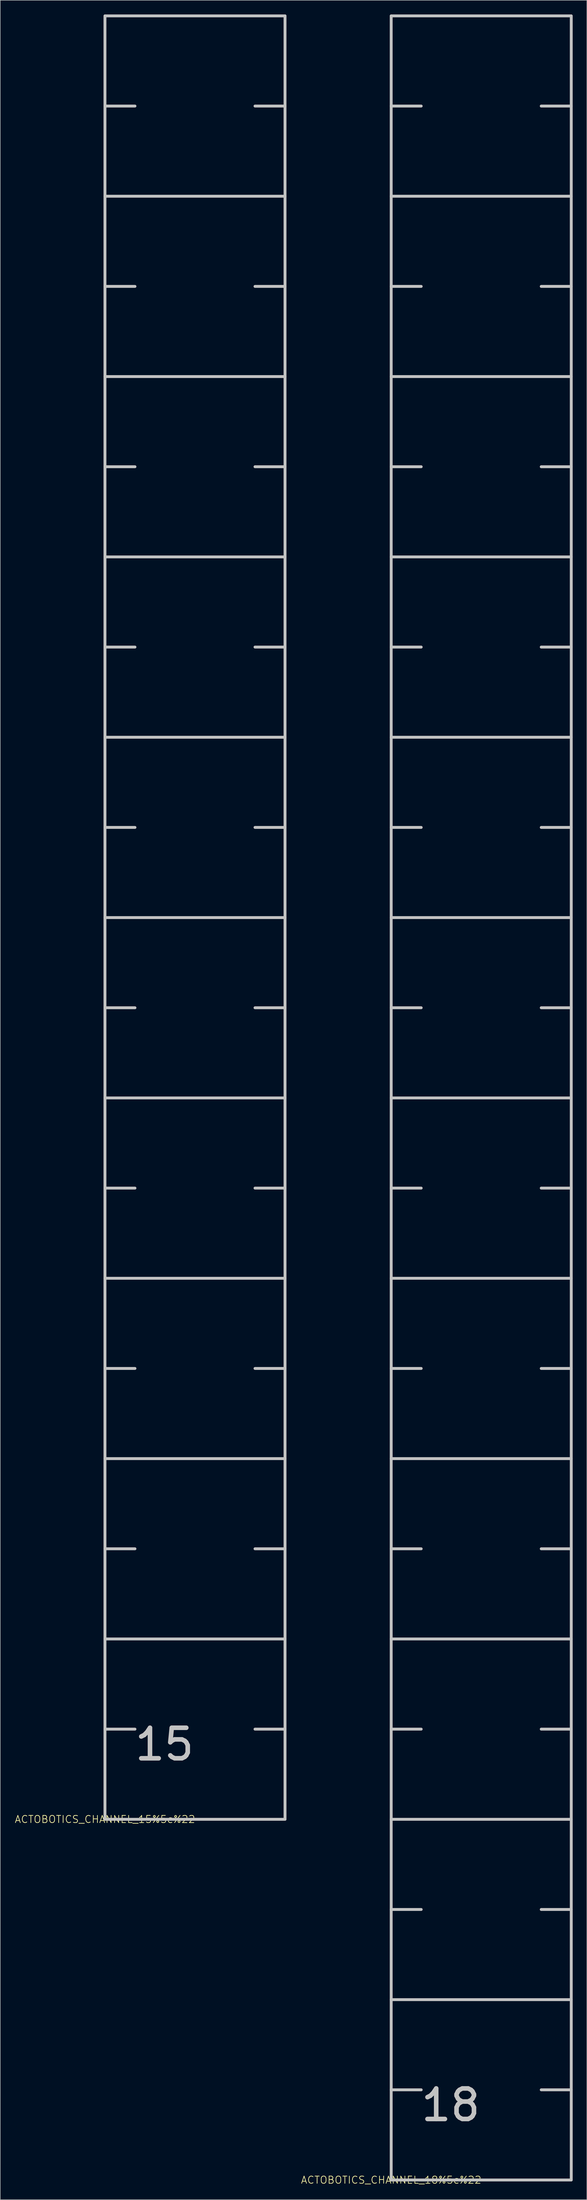
<source format=kicad_pcb>
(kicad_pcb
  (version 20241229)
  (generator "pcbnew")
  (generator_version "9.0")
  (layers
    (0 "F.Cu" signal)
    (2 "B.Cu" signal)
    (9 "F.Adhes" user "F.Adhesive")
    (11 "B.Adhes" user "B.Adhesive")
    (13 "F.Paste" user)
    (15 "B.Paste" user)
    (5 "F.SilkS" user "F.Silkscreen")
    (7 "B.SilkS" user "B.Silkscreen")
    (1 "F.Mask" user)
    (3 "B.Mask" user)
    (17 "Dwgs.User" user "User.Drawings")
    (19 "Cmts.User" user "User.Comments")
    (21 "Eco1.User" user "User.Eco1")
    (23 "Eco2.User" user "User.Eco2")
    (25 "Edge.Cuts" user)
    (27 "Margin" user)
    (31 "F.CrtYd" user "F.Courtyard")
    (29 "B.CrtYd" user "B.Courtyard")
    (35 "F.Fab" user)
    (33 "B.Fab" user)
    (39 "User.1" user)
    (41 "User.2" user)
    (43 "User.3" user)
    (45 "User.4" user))
  (footprint "ACTOBOTICS_CHANNEL_15%5c%22"
    (layer "F.Cu")
    (at 19.159 381.305)
    (property "Reference" "ACTOBOTICS_CHANNEL_15%5c%22" (at 0 0 0) (layer "F.SilkS") (effects (font (size 1.524 1.524) (thickness 0.15))))
    (attr exclude_from_pos_files exclude_from_bom)
    (fp_line (start 0 -381) (end 0 -342.9) (stroke (width 0.61) (type solid)) (layer "Dwgs.User"))
    (fp_line (start 0 -361.95) (end 6.35 -361.95) (stroke (width 0.61) (type solid)) (layer "Dwgs.User"))
    (fp_line (start 0 -342.9) (end 0 -304.8) (stroke (width 0.61) (type solid)) (layer "Dwgs.User"))
    (fp_line (start 0 -342.9) (end 38.1 -342.9) (stroke (width 0.61) (type solid)) (layer "Dwgs.User"))
    (fp_line (start 0 -323.85) (end 6.35 -323.85) (stroke (width 0.61) (type solid)) (layer "Dwgs.User"))
    (fp_line (start 0 -304.8) (end 0 -190.5) (stroke (width 0.61) (type solid)) (layer "Dwgs.User"))
    (fp_line (start 0 -304.8) (end 38.1 -304.8) (stroke (width 0.61) (type solid)) (layer "Dwgs.User"))
    (fp_line (start 0 -285.75) (end 6.35 -285.75) (stroke (width 0.61) (type solid)) (layer "Dwgs.User"))
    (fp_line (start 0 -266.7) (end 38.1 -266.7) (stroke (width 0.61) (type solid)) (layer "Dwgs.User"))
    (fp_line (start 0 -247.65) (end 6.35 -247.65) (stroke (width 0.61) (type solid)) (layer "Dwgs.User"))
    (fp_line (start 0 -228.6) (end 38.1 -228.6) (stroke (width 0.61) (type solid)) (layer "Dwgs.User"))
    (fp_line (start 0 -209.55) (end 6.35 -209.55) (stroke (width 0.61) (type solid)) (layer "Dwgs.User"))
    (fp_line (start 0 -190.5) (end 0 -152.4) (stroke (width 0.61) (type solid)) (layer "Dwgs.User"))
    (fp_line (start 0 -190.5) (end 38.1 -190.5) (stroke (width 0.61) (type solid)) (layer "Dwgs.User"))
    (fp_line (start 0 -171.45) (end 6.35 -171.45) (stroke (width 0.61) (type solid)) (layer "Dwgs.User"))
    (fp_line (start 0 -152.4) (end 0 -114.3) (stroke (width 0.61) (type solid)) (layer "Dwgs.User"))
    (fp_line (start 0 -152.4) (end 38.1 -152.4) (stroke (width 0.61) (type solid)) (layer "Dwgs.User"))
    (fp_line (start 0 -133.35) (end 6.35 -133.35) (stroke (width 0.61) (type solid)) (layer "Dwgs.User"))
    (fp_line (start 0 -114.3) (end 0 -76.2) (stroke (width 0.61) (type solid)) (layer "Dwgs.User"))
    (fp_line (start 0 -114.3) (end 38.1 -114.3) (stroke (width 0.61) (type solid)) (layer "Dwgs.User"))
    (fp_line (start 0 -95.25) (end 6.35 -95.25) (stroke (width 0.61) (type solid)) (layer "Dwgs.User"))
    (fp_line (start 0 -76.2) (end 0 -57.15) (stroke (width 0.61) (type solid)) (layer "Dwgs.User"))
    (fp_line (start 0 -76.2) (end 38.1 -76.2) (stroke (width 0.61) (type solid)) (layer "Dwgs.User"))
    (fp_line (start 0 -57.15) (end 0 -38.1) (stroke (width 0.61) (type solid)) (layer "Dwgs.User"))
    (fp_line (start 0 -57.15) (end 6.35 -57.15) (stroke (width 0.61) (type solid)) (layer "Dwgs.User"))
    (fp_line (start 0 -38.1) (end 0 -19.05) (stroke (width 0.61) (type solid)) (layer "Dwgs.User"))
    (fp_line (start 0 -38.1) (end 38.1 -38.1) (stroke (width 0.61) (type solid)) (layer "Dwgs.User"))
    (fp_line (start 0 -19.05) (end 0 0) (stroke (width 0.61) (type solid)) (layer "Dwgs.User"))
    (fp_line (start 0 -19.05) (end 6.35 -19.05) (stroke (width 0.61) (type solid)) (layer "Dwgs.User"))
    (fp_line (start 0 0) (end 38.1 0) (stroke (width 0.61) (type solid)) (layer "Dwgs.User"))
    (fp_line (start 38.1 -381) (end 0 -381) (stroke (width 0.61) (type solid)) (layer "Dwgs.User"))
    (fp_line (start 38.1 -361.95) (end 31.75 -361.95) (stroke (width 0.61) (type solid)) (layer "Dwgs.User"))
    (fp_line (start 38.1 -342.9) (end 38.1 -381) (stroke (width 0.61) (type solid)) (layer "Dwgs.User"))
    (fp_line (start 38.1 -323.85) (end 31.75 -323.85) (stroke (width 0.61) (type solid)) (layer "Dwgs.User"))
    (fp_line (start 38.1 -304.8) (end 38.1 -342.9) (stroke (width 0.61) (type solid)) (layer "Dwgs.User"))
    (fp_line (start 38.1 -285.75) (end 31.75 -285.75) (stroke (width 0.61) (type solid)) (layer "Dwgs.User"))
    (fp_line (start 38.1 -247.65) (end 31.75 -247.65) (stroke (width 0.61) (type solid)) (layer "Dwgs.User"))
    (fp_line (start 38.1 -209.55) (end 31.75 -209.55) (stroke (width 0.61) (type solid)) (layer "Dwgs.User"))
    (fp_line (start 38.1 -190.5) (end 38.1 -304.8) (stroke (width 0.61) (type solid)) (layer "Dwgs.User"))
    (fp_line (start 38.1 -171.45) (end 31.75 -171.45) (stroke (width 0.61) (type solid)) (layer "Dwgs.User"))
    (fp_line (start 38.1 -152.4) (end 38.1 -190.5) (stroke (width 0.61) (type solid)) (layer "Dwgs.User"))
    (fp_line (start 38.1 -133.35) (end 31.75 -133.35) (stroke (width 0.61) (type solid)) (layer "Dwgs.User"))
    (fp_line (start 38.1 -114.3) (end 38.1 -152.4) (stroke (width 0.61) (type solid)) (layer "Dwgs.User"))
    (fp_line (start 38.1 -95.25) (end 31.75 -95.25) (stroke (width 0.61) (type solid)) (layer "Dwgs.User"))
    (fp_line (start 38.1 -76.2) (end 38.1 -114.3) (stroke (width 0.61) (type solid)) (layer "Dwgs.User"))
    (fp_line (start 38.1 -57.15) (end 31.75 -57.15) (stroke (width 0.61) (type solid)) (layer "Dwgs.User"))
    (fp_line (start 38.1 -57.15) (end 38.1 -76.2) (stroke (width 0.61) (type solid)) (layer "Dwgs.User"))
    (fp_line (start 38.1 -38.1) (end 38.1 -57.15) (stroke (width 0.61) (type solid)) (layer "Dwgs.User"))
    (fp_line (start 38.1 -19.05) (end 31.75 -19.05) (stroke (width 0.61) (type solid)) (layer "Dwgs.User"))
    (fp_line (start 38.1 -19.05) (end 38.1 -38.1) (stroke (width 0.61) (type solid)) (layer "Dwgs.User"))
    (fp_line (start 38.1 0) (end 38.1 -19.05) (stroke (width 0.61) (type solid)) (layer "Dwgs.User"))
    (fp_text user "15" (at 12.598 -15.824 180) (layer "Dwgs.User") (effects (font (size 6.452 6.452) (thickness 0.97)))))
  (footprint "ACTOBOTICS_CHANNEL_18%5c%22"
    (layer "F.Cu")
    (at 79.723 457.505)
    (property "Reference" "ACTOBOTICS_CHANNEL_18%5c%22" (at 0 0 0) (layer "F.SilkS") (effects (font (size 1.524 1.524) (thickness 0.15))))
    (attr exclude_from_pos_files exclude_from_bom)
    (fp_line (start 0 -457.2) (end 0 -438.15) (stroke (width 0.61) (type solid)) (layer "Dwgs.User"))
    (fp_line (start 0 -438.15) (end 0 -419.1) (stroke (width 0.61) (type solid)) (layer "Dwgs.User"))
    (fp_line (start 0 -438.15) (end 6.35 -438.15) (stroke (width 0.61) (type solid)) (layer "Dwgs.User"))
    (fp_line (start 0 -419.1) (end 0 -400.05) (stroke (width 0.61) (type solid)) (layer "Dwgs.User"))
    (fp_line (start 0 -419.1) (end 38.1 -419.1) (stroke (width 0.61) (type solid)) (layer "Dwgs.User"))
    (fp_line (start 0 -400.05) (end 0 -381) (stroke (width 0.61) (type solid)) (layer "Dwgs.User"))
    (fp_line (start 0 -400.05) (end 6.35 -400.05) (stroke (width 0.61) (type solid)) (layer "Dwgs.User"))
    (fp_line (start 0 -381) (end 0 -342.9) (stroke (width 0.61) (type solid)) (layer "Dwgs.User"))
    (fp_line (start 0 -381) (end 38.1 -381) (stroke (width 0.61) (type solid)) (layer "Dwgs.User"))
    (fp_line (start 0 -361.95) (end 6.35 -361.95) (stroke (width 0.61) (type solid)) (layer "Dwgs.User"))
    (fp_line (start 0 -342.9) (end 0 -304.8) (stroke (width 0.61) (type solid)) (layer "Dwgs.User"))
    (fp_line (start 0 -342.9) (end 38.1 -342.9) (stroke (width 0.61) (type solid)) (layer "Dwgs.User"))
    (fp_line (start 0 -323.85) (end 6.35 -323.85) (stroke (width 0.61) (type solid)) (layer "Dwgs.User"))
    (fp_line (start 0 -304.8) (end 0 -190.5) (stroke (width 0.61) (type solid)) (layer "Dwgs.User"))
    (fp_line (start 0 -304.8) (end 38.1 -304.8) (stroke (width 0.61) (type solid)) (layer "Dwgs.User"))
    (fp_line (start 0 -285.75) (end 6.35 -285.75) (stroke (width 0.61) (type solid)) (layer "Dwgs.User"))
    (fp_line (start 0 -266.7) (end 38.1 -266.7) (stroke (width 0.61) (type solid)) (layer "Dwgs.User"))
    (fp_line (start 0 -247.65) (end 6.35 -247.65) (stroke (width 0.61) (type solid)) (layer "Dwgs.User"))
    (fp_line (start 0 -228.6) (end 38.1 -228.6) (stroke (width 0.61) (type solid)) (layer "Dwgs.User"))
    (fp_line (start 0 -209.55) (end 6.35 -209.55) (stroke (width 0.61) (type solid)) (layer "Dwgs.User"))
    (fp_line (start 0 -190.5) (end 0 -152.4) (stroke (width 0.61) (type solid)) (layer "Dwgs.User"))
    (fp_line (start 0 -190.5) (end 38.1 -190.5) (stroke (width 0.61) (type solid)) (layer "Dwgs.User"))
    (fp_line (start 0 -171.45) (end 6.35 -171.45) (stroke (width 0.61) (type solid)) (layer "Dwgs.User"))
    (fp_line (start 0 -152.4) (end 0 -114.3) (stroke (width 0.61) (type solid)) (layer "Dwgs.User"))
    (fp_line (start 0 -152.4) (end 38.1 -152.4) (stroke (width 0.61) (type solid)) (layer "Dwgs.User"))
    (fp_line (start 0 -133.35) (end 6.35 -133.35) (stroke (width 0.61) (type solid)) (layer "Dwgs.User"))
    (fp_line (start 0 -114.3) (end 0 -76.2) (stroke (width 0.61) (type solid)) (layer "Dwgs.User"))
    (fp_line (start 0 -114.3) (end 38.1 -114.3) (stroke (width 0.61) (type solid)) (layer "Dwgs.User"))
    (fp_line (start 0 -95.25) (end 6.35 -95.25) (stroke (width 0.61) (type solid)) (layer "Dwgs.User"))
    (fp_line (start 0 -76.2) (end 0 -57.15) (stroke (width 0.61) (type solid)) (layer "Dwgs.User"))
    (fp_line (start 0 -76.2) (end 38.1 -76.2) (stroke (width 0.61) (type solid)) (layer "Dwgs.User"))
    (fp_line (start 0 -57.15) (end 0 -38.1) (stroke (width 0.61) (type solid)) (layer "Dwgs.User"))
    (fp_line (start 0 -57.15) (end 6.35 -57.15) (stroke (width 0.61) (type solid)) (layer "Dwgs.User"))
    (fp_line (start 0 -38.1) (end 0 -19.05) (stroke (width 0.61) (type solid)) (layer "Dwgs.User"))
    (fp_line (start 0 -38.1) (end 38.1 -38.1) (stroke (width 0.61) (type solid)) (layer "Dwgs.User"))
    (fp_line (start 0 -19.05) (end 0 0) (stroke (width 0.61) (type solid)) (layer "Dwgs.User"))
    (fp_line (start 0 -19.05) (end 6.35 -19.05) (stroke (width 0.61) (type solid)) (layer "Dwgs.User"))
    (fp_line (start 0 0) (end 38.1 0) (stroke (width 0.61) (type solid)) (layer "Dwgs.User"))
    (fp_line (start 38.1 -457.2) (end 0 -457.2) (stroke (width 0.61) (type solid)) (layer "Dwgs.User"))
    (fp_line (start 38.1 -438.15) (end 31.75 -438.15) (stroke (width 0.61) (type solid)) (layer "Dwgs.User"))
    (fp_line (start 38.1 -438.15) (end 38.1 -457.2) (stroke (width 0.61) (type solid)) (layer "Dwgs.User"))
    (fp_line (start 38.1 -419.1) (end 38.1 -438.15) (stroke (width 0.61) (type solid)) (layer "Dwgs.User"))
    (fp_line (start 38.1 -400.05) (end 31.75 -400.05) (stroke (width 0.61) (type solid)) (layer "Dwgs.User"))
    (fp_line (start 38.1 -400.05) (end 38.1 -419.1) (stroke (width 0.61) (type solid)) (layer "Dwgs.User"))
    (fp_line (start 38.1 -381) (end 38.1 -400.05) (stroke (width 0.61) (type solid)) (layer "Dwgs.User"))
    (fp_line (start 38.1 -361.95) (end 31.75 -361.95) (stroke (width 0.61) (type solid)) (layer "Dwgs.User"))
    (fp_line (start 38.1 -342.9) (end 38.1 -381) (stroke (width 0.61) (type solid)) (layer "Dwgs.User"))
    (fp_line (start 38.1 -323.85) (end 31.75 -323.85) (stroke (width 0.61) (type solid)) (layer "Dwgs.User"))
    (fp_line (start 38.1 -304.8) (end 38.1 -342.9) (stroke (width 0.61) (type solid)) (layer "Dwgs.User"))
    (fp_line (start 38.1 -285.75) (end 31.75 -285.75) (stroke (width 0.61) (type solid)) (layer "Dwgs.User"))
    (fp_line (start 38.1 -247.65) (end 31.75 -247.65) (stroke (width 0.61) (type solid)) (layer "Dwgs.User"))
    (fp_line (start 38.1 -209.55) (end 31.75 -209.55) (stroke (width 0.61) (type solid)) (layer "Dwgs.User"))
    (fp_line (start 38.1 -190.5) (end 38.1 -304.8) (stroke (width 0.61) (type solid)) (layer "Dwgs.User"))
    (fp_line (start 38.1 -171.45) (end 31.75 -171.45) (stroke (width 0.61) (type solid)) (layer "Dwgs.User"))
    (fp_line (start 38.1 -152.4) (end 38.1 -190.5) (stroke (width 0.61) (type solid)) (layer "Dwgs.User"))
    (fp_line (start 38.1 -133.35) (end 31.75 -133.35) (stroke (width 0.61) (type solid)) (layer "Dwgs.User"))
    (fp_line (start 38.1 -114.3) (end 38.1 -152.4) (stroke (width 0.61) (type solid)) (layer "Dwgs.User"))
    (fp_line (start 38.1 -95.25) (end 31.75 -95.25) (stroke (width 0.61) (type solid)) (layer "Dwgs.User"))
    (fp_line (start 38.1 -76.2) (end 38.1 -114.3) (stroke (width 0.61) (type solid)) (layer "Dwgs.User"))
    (fp_line (start 38.1 -57.15) (end 31.75 -57.15) (stroke (width 0.61) (type solid)) (layer "Dwgs.User"))
    (fp_line (start 38.1 -57.15) (end 38.1 -76.2) (stroke (width 0.61) (type solid)) (layer "Dwgs.User"))
    (fp_line (start 38.1 -38.1) (end 38.1 -57.15) (stroke (width 0.61) (type solid)) (layer "Dwgs.User"))
    (fp_line (start 38.1 -19.05) (end 31.75 -19.05) (stroke (width 0.61) (type solid)) (layer "Dwgs.User"))
    (fp_line (start 38.1 -19.05) (end 38.1 -38.1) (stroke (width 0.61) (type solid)) (layer "Dwgs.User"))
    (fp_line (start 38.1 0) (end 38.1 -19.05) (stroke (width 0.61) (type solid)) (layer "Dwgs.User"))
    (fp_text user "18" (at 12.598 -15.824 180) (layer "Dwgs.User") (effects (font (size 6.452 6.452) (thickness 0.97)))))
  (gr_rect
    (start -3 -3)
    (end 121.127 461.66)
    (stroke (width 0.1) (type default))
    (fill no)
    (layer "Edge.Cuts")))
</source>
